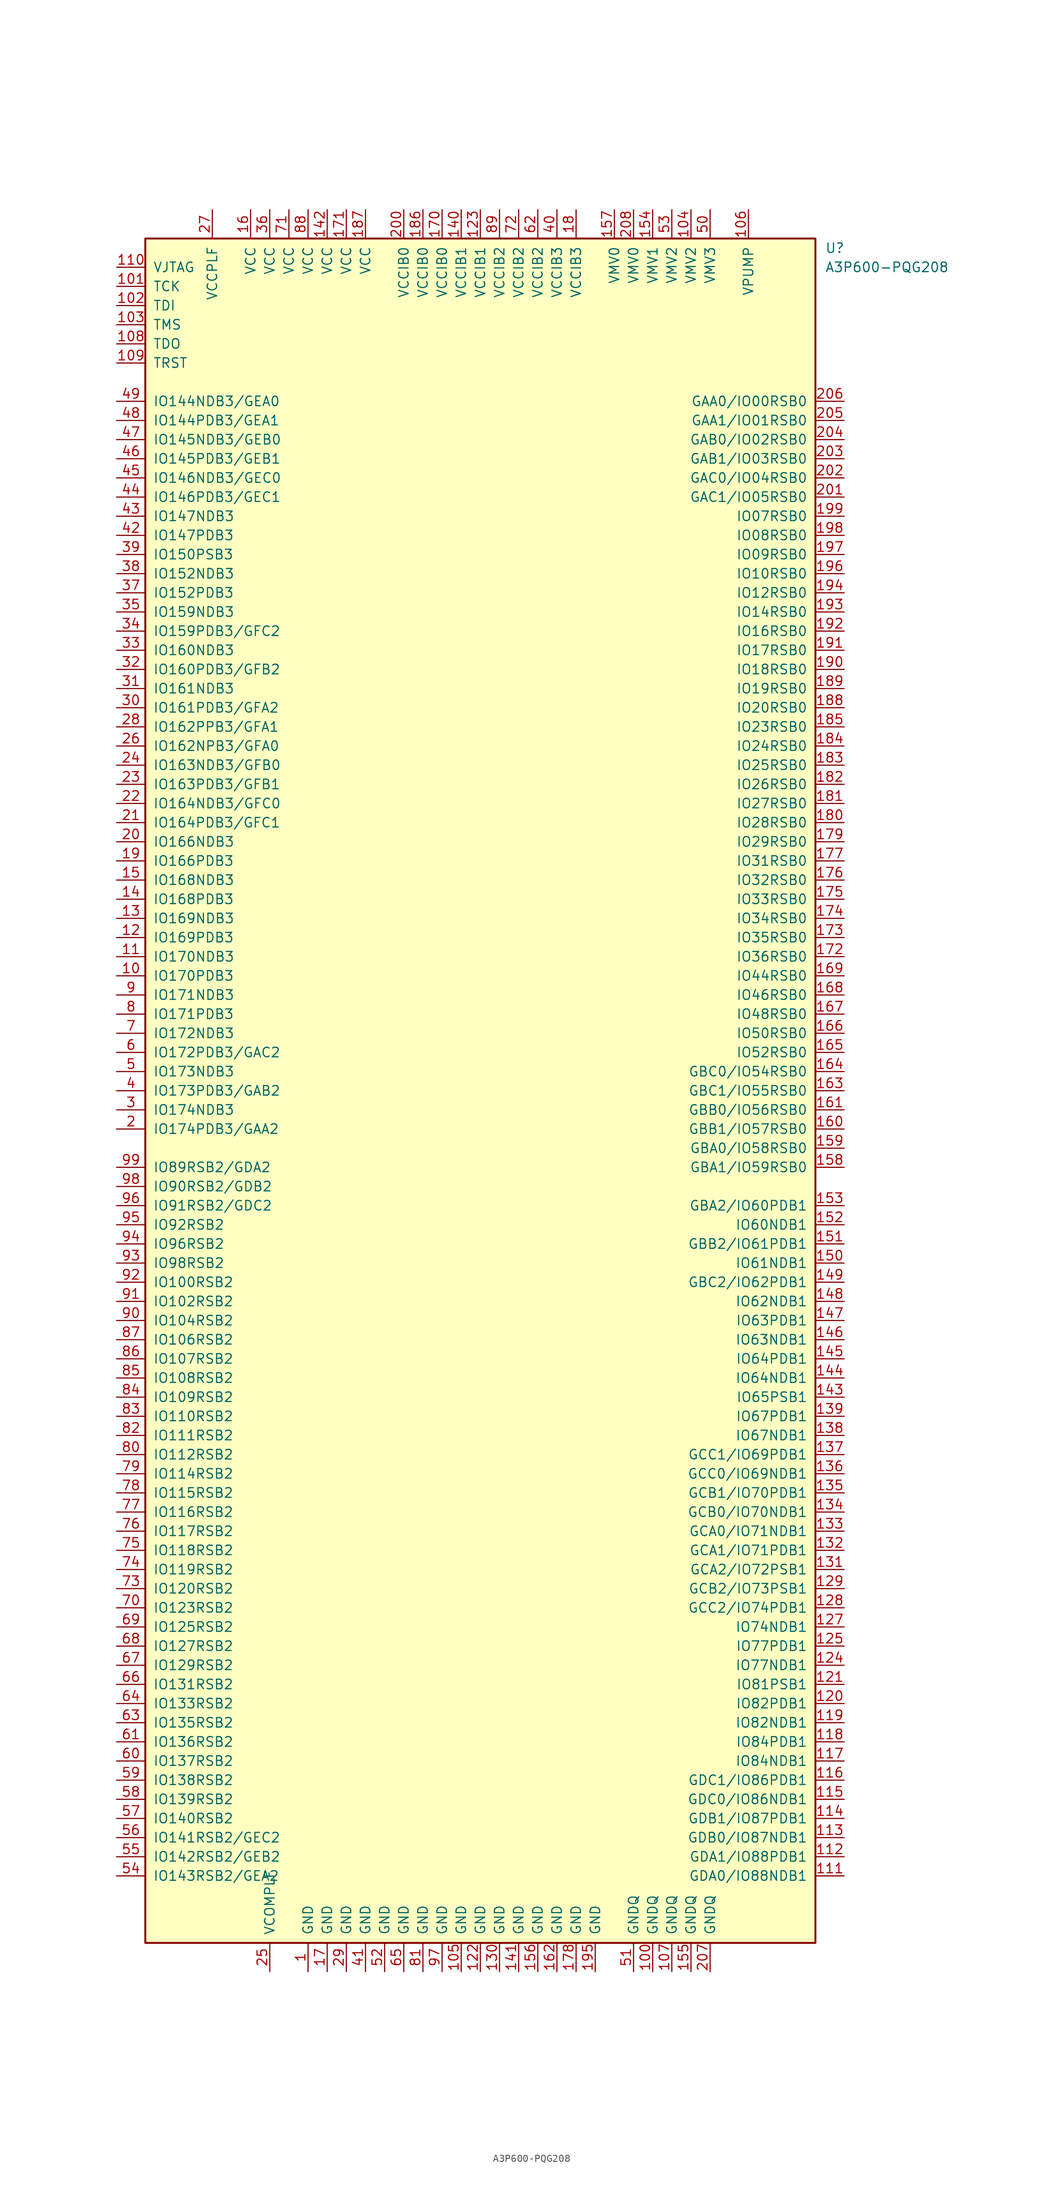
<source format=kicad_sym>
(kicad_symbol_lib
  (version 20201005)
  (generator kicad_symbol_editor)
  (symbol "FPGA_Microsemi:A3P600-PQG208"
    (pin_names
      (offset 1.016))
    (property "Reference" "U"
      (at 45.72 111.76 0)
      (effects (font (size 1.27 1.27)) (justify left)))
    (property "Value" "A3P600-PQG208"
      (at 45.72 109.22 0)
      (effects (font (size 1.27 1.27)) (justify left)))
    (symbol "A3P600-PQG208_1_0"
      (rectangle (start -44.45 -113.03) (end 44.45 113.03) (stroke (width 0.254)) (fill (type background))))
    (symbol "A3P600-PQG208_1_1"
      (pin power_in line (at -22.86 -116.84 90) (length 3.81) (name "GND" (effects (font (size 1.27 1.27)))) (number "1" (effects (font (size 1.27 1.27)))))
      (pin bidirectional line (at -48.26 15.24 0) (length 3.81) (name "IO170PDB3" (effects (font (size 1.27 1.27)))) (number "10" (effects (font (size 1.27 1.27)))))
      (pin power_in line (at 22.86 -116.84 90) (length 3.81) (name "GNDQ" (effects (font (size 1.27 1.27)))) (number "100" (effects (font (size 1.27 1.27)))))
      (pin bidirectional line (at -48.26 106.68 0) (length 3.81) (name "TCK" (effects (font (size 1.27 1.27)))) (number "101" (effects (font (size 1.27 1.27)))))
      (pin bidirectional line (at -48.26 104.14 0) (length 3.81) (name "TDI" (effects (font (size 1.27 1.27)))) (number "102" (effects (font (size 1.27 1.27)))))
      (pin bidirectional line (at -48.26 101.6 0) (length 3.81) (name "TMS" (effects (font (size 1.27 1.27)))) (number "103" (effects (font (size 1.27 1.27)))))
      (pin power_in line (at 27.94 116.84 270) (length 3.81) (name "VMV2" (effects (font (size 1.27 1.27)))) (number "104" (effects (font (size 1.27 1.27)))))
      (pin power_in line (at -2.54 -116.84 90) (length 3.81) (name "GND" (effects (font (size 1.27 1.27)))) (number "105" (effects (font (size 1.27 1.27)))))
      (pin power_in line (at 35.56 116.84 270) (length 3.81) (name "VPUMP" (effects (font (size 1.27 1.27)))) (number "106" (effects (font (size 1.27 1.27)))))
      (pin power_in line (at 25.4 -116.84 90) (length 3.81) (name "GNDQ" (effects (font (size 1.27 1.27)))) (number "107" (effects (font (size 1.27 1.27)))))
      (pin bidirectional line (at -48.26 99.06 0) (length 3.81) (name "TDO" (effects (font (size 1.27 1.27)))) (number "108" (effects (font (size 1.27 1.27)))))
      (pin bidirectional line (at -48.26 96.52 0) (length 3.81) (name "TRST" (effects (font (size 1.27 1.27)))) (number "109" (effects (font (size 1.27 1.27)))))
      (pin bidirectional line (at -48.26 17.78 0) (length 3.81) (name "IO170NDB3" (effects (font (size 1.27 1.27)))) (number "11" (effects (font (size 1.27 1.27)))))
      (pin power_in line (at -48.26 109.22 0) (length 3.81) (name "VJTAG" (effects (font (size 1.27 1.27)))) (number "110" (effects (font (size 1.27 1.27)))))
      (pin bidirectional line (at 48.26 -104.14 180) (length 3.81) (name "GDA0/IO88NDB1" (effects (font (size 1.27 1.27)))) (number "111" (effects (font (size 1.27 1.27)))))
      (pin bidirectional line (at 48.26 -101.6 180) (length 3.81) (name "GDA1/IO88PDB1" (effects (font (size 1.27 1.27)))) (number "112" (effects (font (size 1.27 1.27)))))
      (pin bidirectional line (at 48.26 -99.06 180) (length 3.81) (name "GDB0/IO87NDB1" (effects (font (size 1.27 1.27)))) (number "113" (effects (font (size 1.27 1.27)))))
      (pin bidirectional line (at 48.26 -96.52 180) (length 3.81) (name "GDB1/IO87PDB1" (effects (font (size 1.27 1.27)))) (number "114" (effects (font (size 1.27 1.27)))))
      (pin bidirectional line (at 48.26 -93.98 180) (length 3.81) (name "GDC0/IO86NDB1" (effects (font (size 1.27 1.27)))) (number "115" (effects (font (size 1.27 1.27)))))
      (pin bidirectional line (at 48.26 -91.44 180) (length 3.81) (name "GDC1/IO86PDB1" (effects (font (size 1.27 1.27)))) (number "116" (effects (font (size 1.27 1.27)))))
      (pin bidirectional line (at 48.26 -88.9 180) (length 3.81) (name "IO84NDB1" (effects (font (size 1.27 1.27)))) (number "117" (effects (font (size 1.27 1.27)))))
      (pin bidirectional line (at 48.26 -86.36 180) (length 3.81) (name "IO84PDB1" (effects (font (size 1.27 1.27)))) (number "118" (effects (font (size 1.27 1.27)))))
      (pin bidirectional line (at 48.26 -83.82 180) (length 3.81) (name "IO82NDB1" (effects (font (size 1.27 1.27)))) (number "119" (effects (font (size 1.27 1.27)))))
      (pin bidirectional line (at -48.26 20.32 0) (length 3.81) (name "IO169PDB3" (effects (font (size 1.27 1.27)))) (number "12" (effects (font (size 1.27 1.27)))))
      (pin bidirectional line (at 48.26 -81.28 180) (length 3.81) (name "IO82PDB1" (effects (font (size 1.27 1.27)))) (number "120" (effects (font (size 1.27 1.27)))))
      (pin bidirectional line (at 48.26 -78.74 180) (length 3.81) (name "IO81PSB1" (effects (font (size 1.27 1.27)))) (number "121" (effects (font (size 1.27 1.27)))))
      (pin power_in line (at 0 -116.84 90) (length 3.81) (name "GND" (effects (font (size 1.27 1.27)))) (number "122" (effects (font (size 1.27 1.27)))))
      (pin power_in line (at 0 116.84 270) (length 3.81) (name "VCCIB1" (effects (font (size 1.27 1.27)))) (number "123" (effects (font (size 1.27 1.27)))))
      (pin bidirectional line (at 48.26 -76.2 180) (length 3.81) (name "IO77NDB1" (effects (font (size 1.27 1.27)))) (number "124" (effects (font (size 1.27 1.27)))))
      (pin bidirectional line (at 48.26 -73.66 180) (length 3.81) (name "IO77PDB1" (effects (font (size 1.27 1.27)))) (number "125" (effects (font (size 1.27 1.27)))))
      (pin bidirectional line (at 48.26 -71.12 180) (length 3.81) (name "IO74NDB1" (effects (font (size 1.27 1.27)))) (number "127" (effects (font (size 1.27 1.27)))))
      (pin bidirectional line (at 48.26 -68.58 180) (length 3.81) (name "GCC2/IO74PDB1" (effects (font (size 1.27 1.27)))) (number "128" (effects (font (size 1.27 1.27)))))
      (pin bidirectional line (at 48.26 -66.04 180) (length 3.81) (name "GCB2/IO73PSB1" (effects (font (size 1.27 1.27)))) (number "129" (effects (font (size 1.27 1.27)))))
      (pin bidirectional line (at -48.26 22.86 0) (length 3.81) (name "IO169NDB3" (effects (font (size 1.27 1.27)))) (number "13" (effects (font (size 1.27 1.27)))))
      (pin power_in line (at 2.54 -116.84 90) (length 3.81) (name "GND" (effects (font (size 1.27 1.27)))) (number "130" (effects (font (size 1.27 1.27)))))
      (pin bidirectional line (at 48.26 -63.5 180) (length 3.81) (name "GCA2/IO72PSB1" (effects (font (size 1.27 1.27)))) (number "131" (effects (font (size 1.27 1.27)))))
      (pin bidirectional line (at 48.26 -60.96 180) (length 3.81) (name "GCA1/IO71PDB1" (effects (font (size 1.27 1.27)))) (number "132" (effects (font (size 1.27 1.27)))))
      (pin bidirectional line (at 48.26 -58.42 180) (length 3.81) (name "GCA0/IO71NDB1" (effects (font (size 1.27 1.27)))) (number "133" (effects (font (size 1.27 1.27)))))
      (pin bidirectional line (at 48.26 -55.88 180) (length 3.81) (name "GCB0/IO70NDB1" (effects (font (size 1.27 1.27)))) (number "134" (effects (font (size 1.27 1.27)))))
      (pin bidirectional line (at 48.26 -53.34 180) (length 3.81) (name "GCB1/IO70PDB1" (effects (font (size 1.27 1.27)))) (number "135" (effects (font (size 1.27 1.27)))))
      (pin bidirectional line (at 48.26 -50.8 180) (length 3.81) (name "GCC0/IO69NDB1" (effects (font (size 1.27 1.27)))) (number "136" (effects (font (size 1.27 1.27)))))
      (pin bidirectional line (at 48.26 -48.26 180) (length 3.81) (name "GCC1/IO69PDB1" (effects (font (size 1.27 1.27)))) (number "137" (effects (font (size 1.27 1.27)))))
      (pin bidirectional line (at 48.26 -45.72 180) (length 3.81) (name "IO67NDB1" (effects (font (size 1.27 1.27)))) (number "138" (effects (font (size 1.27 1.27)))))
      (pin bidirectional line (at 48.26 -43.18 180) (length 3.81) (name "IO67PDB1" (effects (font (size 1.27 1.27)))) (number "139" (effects (font (size 1.27 1.27)))))
      (pin bidirectional line (at -48.26 25.4 0) (length 3.81) (name "IO168PDB3" (effects (font (size 1.27 1.27)))) (number "14" (effects (font (size 1.27 1.27)))))
      (pin power_in line (at -2.54 116.84 270) (length 3.81) (name "VCCIB1" (effects (font (size 1.27 1.27)))) (number "140" (effects (font (size 1.27 1.27)))))
      (pin power_in line (at 5.08 -116.84 90) (length 3.81) (name "GND" (effects (font (size 1.27 1.27)))) (number "141" (effects (font (size 1.27 1.27)))))
      (pin power_in line (at -20.32 116.84 270) (length 3.81) (name "VCC" (effects (font (size 1.27 1.27)))) (number "142" (effects (font (size 1.27 1.27)))))
      (pin bidirectional line (at 48.26 -40.64 180) (length 3.81) (name "IO65PSB1" (effects (font (size 1.27 1.27)))) (number "143" (effects (font (size 1.27 1.27)))))
      (pin bidirectional line (at 48.26 -38.1 180) (length 3.81) (name "IO64NDB1" (effects (font (size 1.27 1.27)))) (number "144" (effects (font (size 1.27 1.27)))))
      (pin bidirectional line (at 48.26 -35.56 180) (length 3.81) (name "IO64PDB1" (effects (font (size 1.27 1.27)))) (number "145" (effects (font (size 1.27 1.27)))))
      (pin bidirectional line (at 48.26 -33.02 180) (length 3.81) (name "IO63NDB1" (effects (font (size 1.27 1.27)))) (number "146" (effects (font (size 1.27 1.27)))))
      (pin bidirectional line (at 48.26 -30.48 180) (length 3.81) (name "IO63PDB1" (effects (font (size 1.27 1.27)))) (number "147" (effects (font (size 1.27 1.27)))))
      (pin bidirectional line (at 48.26 -27.94 180) (length 3.81) (name "IO62NDB1" (effects (font (size 1.27 1.27)))) (number "148" (effects (font (size 1.27 1.27)))))
      (pin bidirectional line (at 48.26 -25.4 180) (length 3.81) (name "GBC2/IO62PDB1" (effects (font (size 1.27 1.27)))) (number "149" (effects (font (size 1.27 1.27)))))
      (pin bidirectional line (at -48.26 27.94 0) (length 3.81) (name "IO168NDB3" (effects (font (size 1.27 1.27)))) (number "15" (effects (font (size 1.27 1.27)))))
      (pin bidirectional line (at 48.26 -22.86 180) (length 3.81) (name "IO61NDB1" (effects (font (size 1.27 1.27)))) (number "150" (effects (font (size 1.27 1.27)))))
      (pin bidirectional line (at 48.26 -20.32 180) (length 3.81) (name "GBB2/IO61PDB1" (effects (font (size 1.27 1.27)))) (number "151" (effects (font (size 1.27 1.27)))))
      (pin bidirectional line (at 48.26 -17.78 180) (length 3.81) (name "IO60NDB1" (effects (font (size 1.27 1.27)))) (number "152" (effects (font (size 1.27 1.27)))))
      (pin bidirectional line (at 48.26 -15.24 180) (length 3.81) (name "GBA2/IO60PDB1" (effects (font (size 1.27 1.27)))) (number "153" (effects (font (size 1.27 1.27)))))
      (pin power_in line (at 22.86 116.84 270) (length 3.81) (name "VMV1" (effects (font (size 1.27 1.27)))) (number "154" (effects (font (size 1.27 1.27)))))
      (pin power_in line (at 27.94 -116.84 90) (length 3.81) (name "GNDQ" (effects (font (size 1.27 1.27)))) (number "155" (effects (font (size 1.27 1.27)))))
      (pin power_in line (at 7.62 -116.84 90) (length 3.81) (name "GND" (effects (font (size 1.27 1.27)))) (number "156" (effects (font (size 1.27 1.27)))))
      (pin power_in line (at 17.78 116.84 270) (length 3.81) (name "VMV0" (effects (font (size 1.27 1.27)))) (number "157" (effects (font (size 1.27 1.27)))))
      (pin bidirectional line (at 48.26 -10.16 180) (length 3.81) (name "GBA1/IO59RSB0" (effects (font (size 1.27 1.27)))) (number "158" (effects (font (size 1.27 1.27)))))
      (pin bidirectional line (at 48.26 -7.62 180) (length 3.81) (name "GBA0/IO58RSB0" (effects (font (size 1.27 1.27)))) (number "159" (effects (font (size 1.27 1.27)))))
      (pin power_in line (at -30.48 116.84 270) (length 3.81) (name "VCC" (effects (font (size 1.27 1.27)))) (number "16" (effects (font (size 1.27 1.27)))))
      (pin bidirectional line (at 48.26 -5.08 180) (length 3.81) (name "GBB1/IO57RSB0" (effects (font (size 1.27 1.27)))) (number "160" (effects (font (size 1.27 1.27)))))
      (pin bidirectional line (at 48.26 -2.54 180) (length 3.81) (name "GBB0/IO56RSB0" (effects (font (size 1.27 1.27)))) (number "161" (effects (font (size 1.27 1.27)))))
      (pin power_in line (at 10.16 -116.84 90) (length 3.81) (name "GND" (effects (font (size 1.27 1.27)))) (number "162" (effects (font (size 1.27 1.27)))))
      (pin bidirectional line (at 48.26 0 180) (length 3.81) (name "GBC1/IO55RSB0" (effects (font (size 1.27 1.27)))) (number "163" (effects (font (size 1.27 1.27)))))
      (pin bidirectional line (at 48.26 2.54 180) (length 3.81) (name "GBC0/IO54RSB0" (effects (font (size 1.27 1.27)))) (number "164" (effects (font (size 1.27 1.27)))))
      (pin bidirectional line (at 48.26 5.08 180) (length 3.81) (name "IO52RSB0" (effects (font (size 1.27 1.27)))) (number "165" (effects (font (size 1.27 1.27)))))
      (pin bidirectional line (at 48.26 7.62 180) (length 3.81) (name "IO50RSB0" (effects (font (size 1.27 1.27)))) (number "166" (effects (font (size 1.27 1.27)))))
      (pin bidirectional line (at 48.26 10.16 180) (length 3.81) (name "IO48RSB0" (effects (font (size 1.27 1.27)))) (number "167" (effects (font (size 1.27 1.27)))))
      (pin bidirectional line (at 48.26 12.7 180) (length 3.81) (name "IO46RSB0" (effects (font (size 1.27 1.27)))) (number "168" (effects (font (size 1.27 1.27)))))
      (pin bidirectional line (at 48.26 15.24 180) (length 3.81) (name "IO44RSB0" (effects (font (size 1.27 1.27)))) (number "169" (effects (font (size 1.27 1.27)))))
      (pin power_in line (at -20.32 -116.84 90) (length 3.81) (name "GND" (effects (font (size 1.27 1.27)))) (number "17" (effects (font (size 1.27 1.27)))))
      (pin power_in line (at -5.08 116.84 270) (length 3.81) (name "VCCIB0" (effects (font (size 1.27 1.27)))) (number "170" (effects (font (size 1.27 1.27)))))
      (pin power_in line (at -17.78 116.84 270) (length 3.81) (name "VCC" (effects (font (size 1.27 1.27)))) (number "171" (effects (font (size 1.27 1.27)))))
      (pin bidirectional line (at 48.26 17.78 180) (length 3.81) (name "IO36RSB0" (effects (font (size 1.27 1.27)))) (number "172" (effects (font (size 1.27 1.27)))))
      (pin bidirectional line (at 48.26 20.32 180) (length 3.81) (name "IO35RSB0" (effects (font (size 1.27 1.27)))) (number "173" (effects (font (size 1.27 1.27)))))
      (pin bidirectional line (at 48.26 22.86 180) (length 3.81) (name "IO34RSB0" (effects (font (size 1.27 1.27)))) (number "174" (effects (font (size 1.27 1.27)))))
      (pin bidirectional line (at 48.26 25.4 180) (length 3.81) (name "IO33RSB0" (effects (font (size 1.27 1.27)))) (number "175" (effects (font (size 1.27 1.27)))))
      (pin bidirectional line (at 48.26 27.94 180) (length 3.81) (name "IO32RSB0" (effects (font (size 1.27 1.27)))) (number "176" (effects (font (size 1.27 1.27)))))
      (pin bidirectional line (at 48.26 30.48 180) (length 3.81) (name "IO31RSB0" (effects (font (size 1.27 1.27)))) (number "177" (effects (font (size 1.27 1.27)))))
      (pin power_in line (at 12.7 -116.84 90) (length 3.81) (name "GND" (effects (font (size 1.27 1.27)))) (number "178" (effects (font (size 1.27 1.27)))))
      (pin bidirectional line (at 48.26 33.02 180) (length 3.81) (name "IO29RSB0" (effects (font (size 1.27 1.27)))) (number "179" (effects (font (size 1.27 1.27)))))
      (pin power_in line (at 12.7 116.84 270) (length 3.81) (name "VCCIB3" (effects (font (size 1.27 1.27)))) (number "18" (effects (font (size 1.27 1.27)))))
      (pin bidirectional line (at 48.26 35.56 180) (length 3.81) (name "IO28RSB0" (effects (font (size 1.27 1.27)))) (number "180" (effects (font (size 1.27 1.27)))))
      (pin bidirectional line (at 48.26 38.1 180) (length 3.81) (name "IO27RSB0" (effects (font (size 1.27 1.27)))) (number "181" (effects (font (size 1.27 1.27)))))
      (pin bidirectional line (at 48.26 40.64 180) (length 3.81) (name "IO26RSB0" (effects (font (size 1.27 1.27)))) (number "182" (effects (font (size 1.27 1.27)))))
      (pin bidirectional line (at 48.26 43.18 180) (length 3.81) (name "IO25RSB0" (effects (font (size 1.27 1.27)))) (number "183" (effects (font (size 1.27 1.27)))))
      (pin bidirectional line (at 48.26 45.72 180) (length 3.81) (name "IO24RSB0" (effects (font (size 1.27 1.27)))) (number "184" (effects (font (size 1.27 1.27)))))
      (pin bidirectional line (at 48.26 48.26 180) (length 3.81) (name "IO23RSB0" (effects (font (size 1.27 1.27)))) (number "185" (effects (font (size 1.27 1.27)))))
      (pin power_in line (at -7.62 116.84 270) (length 3.81) (name "VCCIB0" (effects (font (size 1.27 1.27)))) (number "186" (effects (font (size 1.27 1.27)))))
      (pin power_in line (at -15.24 116.84 270) (length 3.81) (name "VCC" (effects (font (size 1.27 1.27)))) (number "187" (effects (font (size 1.27 1.27)))))
      (pin bidirectional line (at 48.26 50.8 180) (length 3.81) (name "IO20RSB0" (effects (font (size 1.27 1.27)))) (number "188" (effects (font (size 1.27 1.27)))))
      (pin bidirectional line (at 48.26 53.34 180) (length 3.81) (name "IO19RSB0" (effects (font (size 1.27 1.27)))) (number "189" (effects (font (size 1.27 1.27)))))
      (pin bidirectional line (at -48.26 30.48 0) (length 3.81) (name "IO166PDB3" (effects (font (size 1.27 1.27)))) (number "19" (effects (font (size 1.27 1.27)))))
      (pin bidirectional line (at 48.26 55.88 180) (length 3.81) (name "IO18RSB0" (effects (font (size 1.27 1.27)))) (number "190" (effects (font (size 1.27 1.27)))))
      (pin bidirectional line (at 48.26 58.42 180) (length 3.81) (name "IO17RSB0" (effects (font (size 1.27 1.27)))) (number "191" (effects (font (size 1.27 1.27)))))
      (pin bidirectional line (at 48.26 60.96 180) (length 3.81) (name "IO16RSB0" (effects (font (size 1.27 1.27)))) (number "192" (effects (font (size 1.27 1.27)))))
      (pin bidirectional line (at 48.26 63.5 180) (length 3.81) (name "IO14RSB0" (effects (font (size 1.27 1.27)))) (number "193" (effects (font (size 1.27 1.27)))))
      (pin bidirectional line (at 48.26 66.04 180) (length 3.81) (name "IO12RSB0" (effects (font (size 1.27 1.27)))) (number "194" (effects (font (size 1.27 1.27)))))
      (pin power_in line (at 15.24 -116.84 90) (length 3.81) (name "GND" (effects (font (size 1.27 1.27)))) (number "195" (effects (font (size 1.27 1.27)))))
      (pin bidirectional line (at 48.26 68.58 180) (length 3.81) (name "IO10RSB0" (effects (font (size 1.27 1.27)))) (number "196" (effects (font (size 1.27 1.27)))))
      (pin bidirectional line (at 48.26 71.12 180) (length 3.81) (name "IO09RSB0" (effects (font (size 1.27 1.27)))) (number "197" (effects (font (size 1.27 1.27)))))
      (pin bidirectional line (at 48.26 73.66 180) (length 3.81) (name "IO08RSB0" (effects (font (size 1.27 1.27)))) (number "198" (effects (font (size 1.27 1.27)))))
      (pin bidirectional line (at 48.26 76.2 180) (length 3.81) (name "IO07RSB0" (effects (font (size 1.27 1.27)))) (number "199" (effects (font (size 1.27 1.27)))))
      (pin bidirectional line (at -48.26 -5.08 0) (length 3.81) (name "IO174PDB3/GAA2" (effects (font (size 1.27 1.27)))) (number "2" (effects (font (size 1.27 1.27)))))
      (pin bidirectional line (at -48.26 33.02 0) (length 3.81) (name "IO166NDB3" (effects (font (size 1.27 1.27)))) (number "20" (effects (font (size 1.27 1.27)))))
      (pin power_in line (at -10.16 116.84 270) (length 3.81) (name "VCCIB0" (effects (font (size 1.27 1.27)))) (number "200" (effects (font (size 1.27 1.27)))))
      (pin bidirectional line (at 48.26 78.74 180) (length 3.81) (name "GAC1/IO05RSB0" (effects (font (size 1.27 1.27)))) (number "201" (effects (font (size 1.27 1.27)))))
      (pin bidirectional line (at 48.26 81.28 180) (length 3.81) (name "GAC0/IO04RSB0" (effects (font (size 1.27 1.27)))) (number "202" (effects (font (size 1.27 1.27)))))
      (pin bidirectional line (at 48.26 83.82 180) (length 3.81) (name "GAB1/IO03RSB0" (effects (font (size 1.27 1.27)))) (number "203" (effects (font (size 1.27 1.27)))))
      (pin bidirectional line (at 48.26 86.36 180) (length 3.81) (name "GAB0/IO02RSB0" (effects (font (size 1.27 1.27)))) (number "204" (effects (font (size 1.27 1.27)))))
      (pin bidirectional line (at 48.26 88.9 180) (length 3.81) (name "GAA1/IO01RSB0" (effects (font (size 1.27 1.27)))) (number "205" (effects (font (size 1.27 1.27)))))
      (pin bidirectional line (at 48.26 91.44 180) (length 3.81) (name "GAA0/IO00RSB0" (effects (font (size 1.27 1.27)))) (number "206" (effects (font (size 1.27 1.27)))))
      (pin power_in line (at 30.48 -116.84 90) (length 3.81) (name "GNDQ" (effects (font (size 1.27 1.27)))) (number "207" (effects (font (size 1.27 1.27)))))
      (pin power_in line (at 20.32 116.84 270) (length 3.81) (name "VMV0" (effects (font (size 1.27 1.27)))) (number "208" (effects (font (size 1.27 1.27)))))
      (pin bidirectional line (at -48.26 35.56 0) (length 3.81) (name "IO164PDB3/GFC1" (effects (font (size 1.27 1.27)))) (number "21" (effects (font (size 1.27 1.27)))))
      (pin bidirectional line (at -48.26 38.1 0) (length 3.81) (name "IO164NDB3/GFC0" (effects (font (size 1.27 1.27)))) (number "22" (effects (font (size 1.27 1.27)))))
      (pin bidirectional line (at -48.26 40.64 0) (length 3.81) (name "IO163PDB3/GFB1" (effects (font (size 1.27 1.27)))) (number "23" (effects (font (size 1.27 1.27)))))
      (pin bidirectional line (at -48.26 43.18 0) (length 3.81) (name "IO163NDB3/GFB0" (effects (font (size 1.27 1.27)))) (number "24" (effects (font (size 1.27 1.27)))))
      (pin power_in line (at -27.94 -116.84 90) (length 3.81) (name "VCOMPLF" (effects (font (size 1.27 1.27)))) (number "25" (effects (font (size 1.27 1.27)))))
      (pin bidirectional line (at -48.26 45.72 0) (length 3.81) (name "IO162NPB3/GFA0" (effects (font (size 1.27 1.27)))) (number "26" (effects (font (size 1.27 1.27)))))
      (pin power_in line (at -35.56 116.84 270) (length 3.81) (name "VCCPLF" (effects (font (size 1.27 1.27)))) (number "27" (effects (font (size 1.27 1.27)))))
      (pin bidirectional line (at -48.26 48.26 0) (length 3.81) (name "IO162PPB3/GFA1" (effects (font (size 1.27 1.27)))) (number "28" (effects (font (size 1.27 1.27)))))
      (pin power_in line (at -17.78 -116.84 90) (length 3.81) (name "GND" (effects (font (size 1.27 1.27)))) (number "29" (effects (font (size 1.27 1.27)))))
      (pin bidirectional line (at -48.26 -2.54 0) (length 3.81) (name "IO174NDB3" (effects (font (size 1.27 1.27)))) (number "3" (effects (font (size 1.27 1.27)))))
      (pin bidirectional line (at -48.26 50.8 0) (length 3.81) (name "IO161PDB3/GFA2" (effects (font (size 1.27 1.27)))) (number "30" (effects (font (size 1.27 1.27)))))
      (pin bidirectional line (at -48.26 53.34 0) (length 3.81) (name "IO161NDB3" (effects (font (size 1.27 1.27)))) (number "31" (effects (font (size 1.27 1.27)))))
      (pin bidirectional line (at -48.26 55.88 0) (length 3.81) (name "IO160PDB3/GFB2" (effects (font (size 1.27 1.27)))) (number "32" (effects (font (size 1.27 1.27)))))
      (pin bidirectional line (at -48.26 58.42 0) (length 3.81) (name "IO160NDB3" (effects (font (size 1.27 1.27)))) (number "33" (effects (font (size 1.27 1.27)))))
      (pin bidirectional line (at -48.26 60.96 0) (length 3.81) (name "IO159PDB3/GFC2" (effects (font (size 1.27 1.27)))) (number "34" (effects (font (size 1.27 1.27)))))
      (pin bidirectional line (at -48.26 63.5 0) (length 3.81) (name "IO159NDB3" (effects (font (size 1.27 1.27)))) (number "35" (effects (font (size 1.27 1.27)))))
      (pin power_in line (at -27.94 116.84 270) (length 3.81) (name "VCC" (effects (font (size 1.27 1.27)))) (number "36" (effects (font (size 1.27 1.27)))))
      (pin bidirectional line (at -48.26 66.04 0) (length 3.81) (name "IO152PDB3" (effects (font (size 1.27 1.27)))) (number "37" (effects (font (size 1.27 1.27)))))
      (pin bidirectional line (at -48.26 68.58 0) (length 3.81) (name "IO152NDB3" (effects (font (size 1.27 1.27)))) (number "38" (effects (font (size 1.27 1.27)))))
      (pin bidirectional line (at -48.26 71.12 0) (length 3.81) (name "IO150PSB3" (effects (font (size 1.27 1.27)))) (number "39" (effects (font (size 1.27 1.27)))))
      (pin bidirectional line (at -48.26 0 0) (length 3.81) (name "IO173PDB3/GAB2" (effects (font (size 1.27 1.27)))) (number "4" (effects (font (size 1.27 1.27)))))
      (pin power_in line (at 10.16 116.84 270) (length 3.81) (name "VCCIB3" (effects (font (size 1.27 1.27)))) (number "40" (effects (font (size 1.27 1.27)))))
      (pin power_in line (at -15.24 -116.84 90) (length 3.81) (name "GND" (effects (font (size 1.27 1.27)))) (number "41" (effects (font (size 1.27 1.27)))))
      (pin bidirectional line (at -48.26 73.66 0) (length 3.81) (name "IO147PDB3" (effects (font (size 1.27 1.27)))) (number "42" (effects (font (size 1.27 1.27)))))
      (pin bidirectional line (at -48.26 76.2 0) (length 3.81) (name "IO147NDB3" (effects (font (size 1.27 1.27)))) (number "43" (effects (font (size 1.27 1.27)))))
      (pin bidirectional line (at -48.26 78.74 0) (length 3.81) (name "IO146PDB3/GEC1" (effects (font (size 1.27 1.27)))) (number "44" (effects (font (size 1.27 1.27)))))
      (pin bidirectional line (at -48.26 81.28 0) (length 3.81) (name "IO146NDB3/GEC0" (effects (font (size 1.27 1.27)))) (number "45" (effects (font (size 1.27 1.27)))))
      (pin bidirectional line (at -48.26 83.82 0) (length 3.81) (name "IO145PDB3/GEB1" (effects (font (size 1.27 1.27)))) (number "46" (effects (font (size 1.27 1.27)))))
      (pin bidirectional line (at -48.26 86.36 0) (length 3.81) (name "IO145NDB3/GEB0" (effects (font (size 1.27 1.27)))) (number "47" (effects (font (size 1.27 1.27)))))
      (pin bidirectional line (at -48.26 88.9 0) (length 3.81) (name "IO144PDB3/GEA1" (effects (font (size 1.27 1.27)))) (number "48" (effects (font (size 1.27 1.27)))))
      (pin bidirectional line (at -48.26 91.44 0) (length 3.81) (name "IO144NDB3/GEA0" (effects (font (size 1.27 1.27)))) (number "49" (effects (font (size 1.27 1.27)))))
      (pin bidirectional line (at -48.26 2.54 0) (length 3.81) (name "IO173NDB3" (effects (font (size 1.27 1.27)))) (number "5" (effects (font (size 1.27 1.27)))))
      (pin power_in line (at 30.48 116.84 270) (length 3.81) (name "VMV3" (effects (font (size 1.27 1.27)))) (number "50" (effects (font (size 1.27 1.27)))))
      (pin power_in line (at 20.32 -116.84 90) (length 3.81) (name "GNDQ" (effects (font (size 1.27 1.27)))) (number "51" (effects (font (size 1.27 1.27)))))
      (pin power_in line (at -12.7 -116.84 90) (length 3.81) (name "GND" (effects (font (size 1.27 1.27)))) (number "52" (effects (font (size 1.27 1.27)))))
      (pin power_in line (at 25.4 116.84 270) (length 3.81) (name "VMV2" (effects (font (size 1.27 1.27)))) (number "53" (effects (font (size 1.27 1.27)))))
      (pin bidirectional line (at -48.26 -104.14 0) (length 3.81) (name "IO143RSB2/GEA2" (effects (font (size 1.27 1.27)))) (number "54" (effects (font (size 1.27 1.27)))))
      (pin bidirectional line (at -48.26 -101.6 0) (length 3.81) (name "IO142RSB2/GEB2" (effects (font (size 1.27 1.27)))) (number "55" (effects (font (size 1.27 1.27)))))
      (pin bidirectional line (at -48.26 -99.06 0) (length 3.81) (name "IO141RSB2/GEC2" (effects (font (size 1.27 1.27)))) (number "56" (effects (font (size 1.27 1.27)))))
      (pin bidirectional line (at -48.26 -96.52 0) (length 3.81) (name "IO140RSB2" (effects (font (size 1.27 1.27)))) (number "57" (effects (font (size 1.27 1.27)))))
      (pin bidirectional line (at -48.26 -93.98 0) (length 3.81) (name "IO139RSB2" (effects (font (size 1.27 1.27)))) (number "58" (effects (font (size 1.27 1.27)))))
      (pin bidirectional line (at -48.26 -91.44 0) (length 3.81) (name "IO138RSB2" (effects (font (size 1.27 1.27)))) (number "59" (effects (font (size 1.27 1.27)))))
      (pin bidirectional line (at -48.26 5.08 0) (length 3.81) (name "IO172PDB3/GAC2" (effects (font (size 1.27 1.27)))) (number "6" (effects (font (size 1.27 1.27)))))
      (pin bidirectional line (at -48.26 -88.9 0) (length 3.81) (name "IO137RSB2" (effects (font (size 1.27 1.27)))) (number "60" (effects (font (size 1.27 1.27)))))
      (pin bidirectional line (at -48.26 -86.36 0) (length 3.81) (name "IO136RSB2" (effects (font (size 1.27 1.27)))) (number "61" (effects (font (size 1.27 1.27)))))
      (pin power_in line (at 7.62 116.84 270) (length 3.81) (name "VCCIB2" (effects (font (size 1.27 1.27)))) (number "62" (effects (font (size 1.27 1.27)))))
      (pin bidirectional line (at -48.26 -83.82 0) (length 3.81) (name "IO135RSB2" (effects (font (size 1.27 1.27)))) (number "63" (effects (font (size 1.27 1.27)))))
      (pin bidirectional line (at -48.26 -81.28 0) (length 3.81) (name "IO133RSB2" (effects (font (size 1.27 1.27)))) (number "64" (effects (font (size 1.27 1.27)))))
      (pin power_in line (at -10.16 -116.84 90) (length 3.81) (name "GND" (effects (font (size 1.27 1.27)))) (number "65" (effects (font (size 1.27 1.27)))))
      (pin bidirectional line (at -48.26 -78.74 0) (length 3.81) (name "IO131RSB2" (effects (font (size 1.27 1.27)))) (number "66" (effects (font (size 1.27 1.27)))))
      (pin bidirectional line (at -48.26 -76.2 0) (length 3.81) (name "IO129RSB2" (effects (font (size 1.27 1.27)))) (number "67" (effects (font (size 1.27 1.27)))))
      (pin bidirectional line (at -48.26 -73.66 0) (length 3.81) (name "IO127RSB2" (effects (font (size 1.27 1.27)))) (number "68" (effects (font (size 1.27 1.27)))))
      (pin bidirectional line (at -48.26 -71.12 0) (length 3.81) (name "IO125RSB2" (effects (font (size 1.27 1.27)))) (number "69" (effects (font (size 1.27 1.27)))))
      (pin bidirectional line (at -48.26 7.62 0) (length 3.81) (name "IO172NDB3" (effects (font (size 1.27 1.27)))) (number "7" (effects (font (size 1.27 1.27)))))
      (pin bidirectional line (at -48.26 -68.58 0) (length 3.81) (name "IO123RSB2" (effects (font (size 1.27 1.27)))) (number "70" (effects (font (size 1.27 1.27)))))
      (pin power_in line (at -25.4 116.84 270) (length 3.81) (name "VCC" (effects (font (size 1.27 1.27)))) (number "71" (effects (font (size 1.27 1.27)))))
      (pin power_in line (at 5.08 116.84 270) (length 3.81) (name "VCCIB2" (effects (font (size 1.27 1.27)))) (number "72" (effects (font (size 1.27 1.27)))))
      (pin bidirectional line (at -48.26 -66.04 0) (length 3.81) (name "IO120RSB2" (effects (font (size 1.27 1.27)))) (number "73" (effects (font (size 1.27 1.27)))))
      (pin bidirectional line (at -48.26 -63.5 0) (length 3.81) (name "IO119RSB2" (effects (font (size 1.27 1.27)))) (number "74" (effects (font (size 1.27 1.27)))))
      (pin bidirectional line (at -48.26 -60.96 0) (length 3.81) (name "IO118RSB2" (effects (font (size 1.27 1.27)))) (number "75" (effects (font (size 1.27 1.27)))))
      (pin bidirectional line (at -48.26 -58.42 0) (length 3.81) (name "IO117RSB2" (effects (font (size 1.27 1.27)))) (number "76" (effects (font (size 1.27 1.27)))))
      (pin bidirectional line (at -48.26 -55.88 0) (length 3.81) (name "IO116RSB2" (effects (font (size 1.27 1.27)))) (number "77" (effects (font (size 1.27 1.27)))))
      (pin bidirectional line (at -48.26 -53.34 0) (length 3.81) (name "IO115RSB2" (effects (font (size 1.27 1.27)))) (number "78" (effects (font (size 1.27 1.27)))))
      (pin bidirectional line (at -48.26 -50.8 0) (length 3.81) (name "IO114RSB2" (effects (font (size 1.27 1.27)))) (number "79" (effects (font (size 1.27 1.27)))))
      (pin bidirectional line (at -48.26 10.16 0) (length 3.81) (name "IO171PDB3" (effects (font (size 1.27 1.27)))) (number "8" (effects (font (size 1.27 1.27)))))
      (pin bidirectional line (at -48.26 -48.26 0) (length 3.81) (name "IO112RSB2" (effects (font (size 1.27 1.27)))) (number "80" (effects (font (size 1.27 1.27)))))
      (pin power_in line (at -7.62 -116.84 90) (length 3.81) (name "GND" (effects (font (size 1.27 1.27)))) (number "81" (effects (font (size 1.27 1.27)))))
      (pin bidirectional line (at -48.26 -45.72 0) (length 3.81) (name "IO111RSB2" (effects (font (size 1.27 1.27)))) (number "82" (effects (font (size 1.27 1.27)))))
      (pin bidirectional line (at -48.26 -43.18 0) (length 3.81) (name "IO110RSB2" (effects (font (size 1.27 1.27)))) (number "83" (effects (font (size 1.27 1.27)))))
      (pin bidirectional line (at -48.26 -40.64 0) (length 3.81) (name "IO109RSB2" (effects (font (size 1.27 1.27)))) (number "84" (effects (font (size 1.27 1.27)))))
      (pin bidirectional line (at -48.26 -38.1 0) (length 3.81) (name "IO108RSB2" (effects (font (size 1.27 1.27)))) (number "85" (effects (font (size 1.27 1.27)))))
      (pin bidirectional line (at -48.26 -35.56 0) (length 3.81) (name "IO107RSB2" (effects (font (size 1.27 1.27)))) (number "86" (effects (font (size 1.27 1.27)))))
      (pin bidirectional line (at -48.26 -33.02 0) (length 3.81) (name "IO106RSB2" (effects (font (size 1.27 1.27)))) (number "87" (effects (font (size 1.27 1.27)))))
      (pin power_in line (at -22.86 116.84 270) (length 3.81) (name "VCC" (effects (font (size 1.27 1.27)))) (number "88" (effects (font (size 1.27 1.27)))))
      (pin power_in line (at 2.54 116.84 270) (length 3.81) (name "VCCIB2" (effects (font (size 1.27 1.27)))) (number "89" (effects (font (size 1.27 1.27)))))
      (pin bidirectional line (at -48.26 12.7 0) (length 3.81) (name "IO171NDB3" (effects (font (size 1.27 1.27)))) (number "9" (effects (font (size 1.27 1.27)))))
      (pin bidirectional line (at -48.26 -30.48 0) (length 3.81) (name "IO104RSB2" (effects (font (size 1.27 1.27)))) (number "90" (effects (font (size 1.27 1.27)))))
      (pin bidirectional line (at -48.26 -27.94 0) (length 3.81) (name "IO102RSB2" (effects (font (size 1.27 1.27)))) (number "91" (effects (font (size 1.27 1.27)))))
      (pin bidirectional line (at -48.26 -25.4 0) (length 3.81) (name "IO100RSB2" (effects (font (size 1.27 1.27)))) (number "92" (effects (font (size 1.27 1.27)))))
      (pin bidirectional line (at -48.26 -22.86 0) (length 3.81) (name "IO98RSB2" (effects (font (size 1.27 1.27)))) (number "93" (effects (font (size 1.27 1.27)))))
      (pin bidirectional line (at -48.26 -20.32 0) (length 3.81) (name "IO96RSB2" (effects (font (size 1.27 1.27)))) (number "94" (effects (font (size 1.27 1.27)))))
      (pin bidirectional line (at -48.26 -17.78 0) (length 3.81) (name "IO92RSB2" (effects (font (size 1.27 1.27)))) (number "95" (effects (font (size 1.27 1.27)))))
      (pin bidirectional line (at -48.26 -15.24 0) (length 3.81) (name "IO91RSB2/GDC2" (effects (font (size 1.27 1.27)))) (number "96" (effects (font (size 1.27 1.27)))))
      (pin power_in line (at -5.08 -116.84 90) (length 3.81) (name "GND" (effects (font (size 1.27 1.27)))) (number "97" (effects (font (size 1.27 1.27)))))
      (pin bidirectional line (at -48.26 -12.7 0) (length 3.81) (name "IO90RSB2/GDB2" (effects (font (size 1.27 1.27)))) (number "98" (effects (font (size 1.27 1.27)))))
      (pin bidirectional line (at -48.26 -10.16 0) (length 3.81) (name "IO89RSB2/GDA2" (effects (font (size 1.27 1.27)))) (number "99" (effects (font (size 1.27 1.27))))))))
</source>
